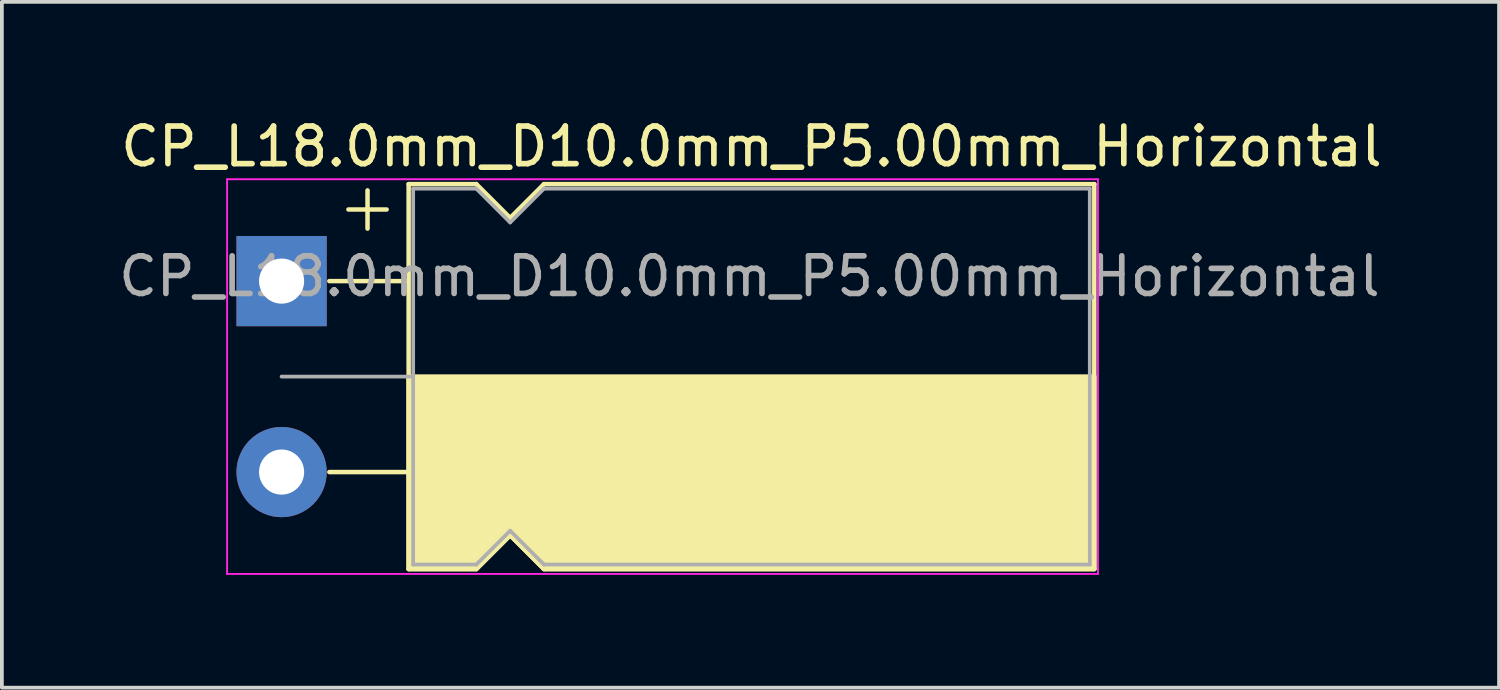
<source format=kicad_pcb>
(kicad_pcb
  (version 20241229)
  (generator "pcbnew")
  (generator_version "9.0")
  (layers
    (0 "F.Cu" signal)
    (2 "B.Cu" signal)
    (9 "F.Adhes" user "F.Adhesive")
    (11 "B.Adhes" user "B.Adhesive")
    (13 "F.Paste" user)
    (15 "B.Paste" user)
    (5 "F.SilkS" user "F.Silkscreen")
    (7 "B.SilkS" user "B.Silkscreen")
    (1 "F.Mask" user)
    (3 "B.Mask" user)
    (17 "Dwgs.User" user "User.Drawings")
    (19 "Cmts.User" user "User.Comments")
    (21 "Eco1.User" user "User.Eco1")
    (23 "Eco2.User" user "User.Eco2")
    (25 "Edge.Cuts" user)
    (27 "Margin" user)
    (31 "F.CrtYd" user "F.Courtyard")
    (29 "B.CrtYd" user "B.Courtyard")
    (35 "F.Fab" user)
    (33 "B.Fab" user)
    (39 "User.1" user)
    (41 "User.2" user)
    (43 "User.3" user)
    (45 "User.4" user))
  (footprint "CP_L18.0mm_D10.0mm_P5.00mm_Horizontal"
    (layer "F.Cu")
    (at 4.441 6.968)
    (property "Reference" "CP_L18.0mm_D10.0mm_P5.00mm_Horizontal" (at 12.5 -6.12 0) (layer "F.SilkS") (effects (font (size 1 1) (thickness 0.15))))
    (attr through_hole)
    (fp_line (start 1.27 -2.54) (end 3.302 -2.54) (stroke (width 0.12) (type solid)) (layer "F.SilkS"))
    (fp_line (start 1.27 2.54) (end 3.302 2.54) (stroke (width 0.12) (type solid)) (layer "F.SilkS"))
    (fp_line (start 1.778 -4.445) (end 2.794 -4.445) (stroke (width 0.12) (type solid)) (layer "F.SilkS"))
    (fp_line (start 2.286 -4.953) (end 2.286 -3.937) (stroke (width 0.12) (type solid)) (layer "F.SilkS"))
    (fp_line (start 3.38 -5.12) (end 3.38 5.12) (stroke (width 0.12) (type solid)) (layer "F.SilkS"))
    (fp_line (start 3.38 -5.12) (end 5.18 -5.12) (stroke (width 0.12) (type solid)) (layer "F.SilkS"))
    (fp_line (start 3.38 5.12) (end 5.18 5.12) (stroke (width 0.12) (type solid)) (layer "F.SilkS"))
    (fp_line (start 5.18 -5.12) (end 6.08 -4.22) (stroke (width 0.12) (type solid)) (layer "F.SilkS"))
    (fp_line (start 5.18 5.12) (end 6.08 4.22) (stroke (width 0.12) (type solid)) (layer "F.SilkS"))
    (fp_line (start 6.08 -4.22) (end 6.98 -5.12) (stroke (width 0.12) (type solid)) (layer "F.SilkS"))
    (fp_line (start 6.08 4.22) (end 6.98 5.12) (stroke (width 0.12) (type solid)) (layer "F.SilkS"))
    (fp_line (start 6.98 -5.12) (end 21.62 -5.12) (stroke (width 0.12) (type solid)) (layer "F.SilkS"))
    (fp_line (start 6.98 5.12) (end 21.62 5.12) (stroke (width 0.12) (type solid)) (layer "F.SilkS"))
    (fp_line (start 21.62 -5.12) (end 21.62 5.12) (stroke (width 0.12) (type solid)) (layer "F.SilkS"))
    (fp_poly (pts (xy 21.62 5.12) (xy 6.98 5.12) (xy 6.08 4.22) (xy 5.18 5.12) (xy 3.38 5.12) (xy 3.38 0) (xy 21.62 0)) (stroke (width 0.12) (type solid)) (fill yes) (layer "F.SilkS"))
    (fp_line (start -1.45 -5.25) (end -1.45 5.25) (stroke (width 0.05) (type solid)) (layer "F.CrtYd"))
    (fp_line (start -1.45 5.25) (end 21.717 5.25) (stroke (width 0.05) (type solid)) (layer "F.CrtYd"))
    (fp_line (start 21.717 -5.25) (end -1.45 -5.25) (stroke (width 0.05) (type solid)) (layer "F.CrtYd"))
    (fp_line (start 21.717 5.25) (end 21.717 -5.25) (stroke (width 0.05) (type solid)) (layer "F.CrtYd"))
    (fp_line (start 0 0) (end 3.5 0) (stroke (width 0.1) (type solid)) (layer "F.Fab"))
    (fp_line (start 3.5 -5) (end 3.5 5) (stroke (width 0.1) (type solid)) (layer "F.Fab"))
    (fp_line (start 3.5 -5) (end 5.18 -5) (stroke (width 0.1) (type solid)) (layer "F.Fab"))
    (fp_line (start 3.5 5) (end 5.18 5) (stroke (width 0.1) (type solid)) (layer "F.Fab"))
    (fp_line (start 5.18 -5) (end 6.08 -4.1) (stroke (width 0.1) (type solid)) (layer "F.Fab"))
    (fp_line (start 5.18 5) (end 6.08 4.1) (stroke (width 0.1) (type solid)) (layer "F.Fab"))
    (fp_line (start 6.08 -4.1) (end 6.98 -5) (stroke (width 0.1) (type solid)) (layer "F.Fab"))
    (fp_line (start 6.08 4.1) (end 6.98 5) (stroke (width 0.1) (type solid)) (layer "F.Fab"))
    (fp_line (start 6.98 -5) (end 21.5 -5) (stroke (width 0.1) (type solid)) (layer "F.Fab"))
    (fp_line (start 6.98 5) (end 21.5 5) (stroke (width 0.1) (type solid)) (layer "F.Fab"))
    (fp_line (start 21.5 -5) (end 21.5 5) (stroke (width 0.1) (type solid)) (layer "F.Fab"))
    (fp_text user "${REFERENCE}" (at 12.446 -2.667 0) (layer "F.Fab") (effects (font (size 1 1) (thickness 0.15))))
    (pad "1" thru_hole rect (at 0 -2.54) (size 2.4 2.4) (drill 1.2) (layers "*.Cu" "*.Mask"))
    (pad "2" thru_hole oval (at 0 2.54) (size 2.4 2.4) (drill 1.2) (layers "*.Cu" "*.Mask")))
  (gr_rect
    (start -3 -3)
    (end 36.828 15.243)
    (stroke (width 0.1) (type default))
    (fill no)
    (layer "Edge.Cuts")))
</source>
